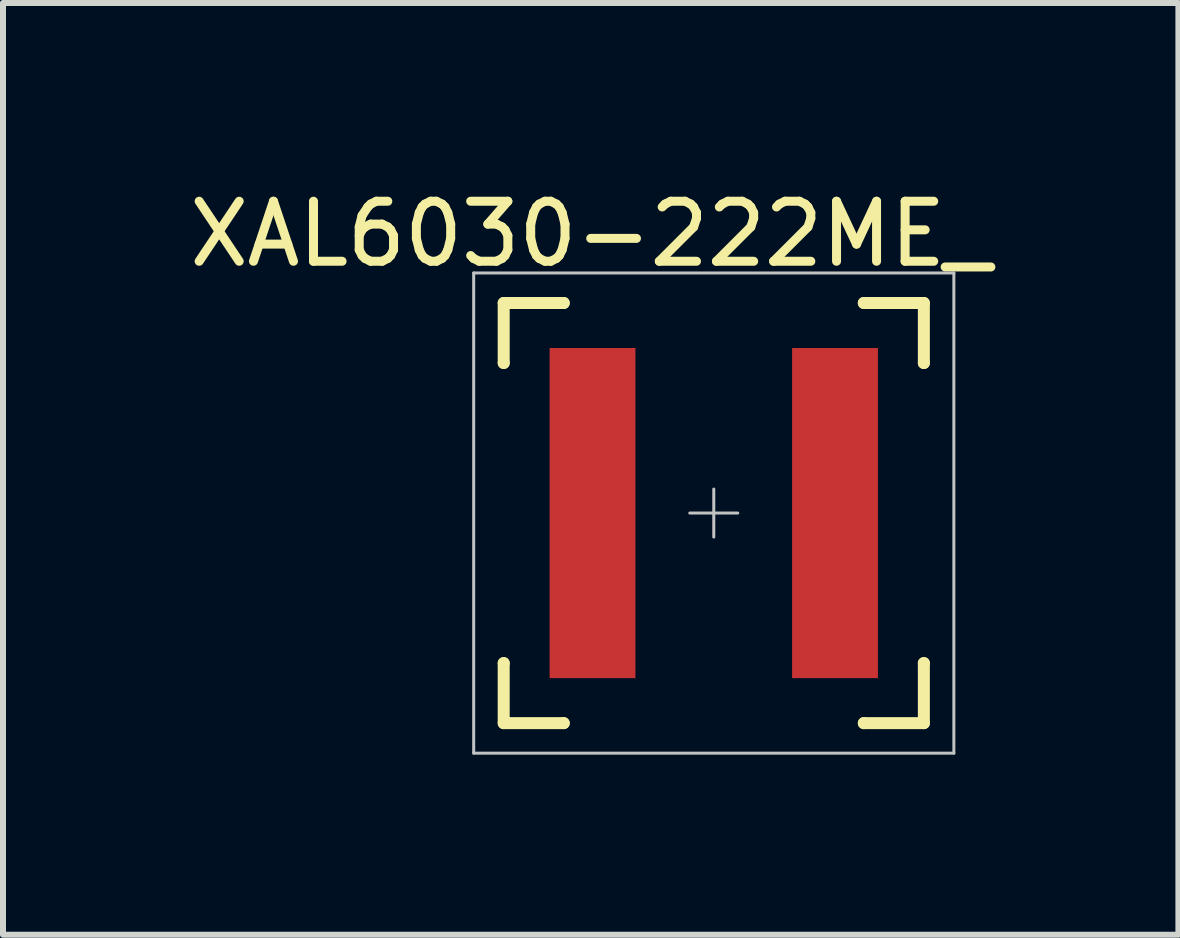
<source format=kicad_pcb>
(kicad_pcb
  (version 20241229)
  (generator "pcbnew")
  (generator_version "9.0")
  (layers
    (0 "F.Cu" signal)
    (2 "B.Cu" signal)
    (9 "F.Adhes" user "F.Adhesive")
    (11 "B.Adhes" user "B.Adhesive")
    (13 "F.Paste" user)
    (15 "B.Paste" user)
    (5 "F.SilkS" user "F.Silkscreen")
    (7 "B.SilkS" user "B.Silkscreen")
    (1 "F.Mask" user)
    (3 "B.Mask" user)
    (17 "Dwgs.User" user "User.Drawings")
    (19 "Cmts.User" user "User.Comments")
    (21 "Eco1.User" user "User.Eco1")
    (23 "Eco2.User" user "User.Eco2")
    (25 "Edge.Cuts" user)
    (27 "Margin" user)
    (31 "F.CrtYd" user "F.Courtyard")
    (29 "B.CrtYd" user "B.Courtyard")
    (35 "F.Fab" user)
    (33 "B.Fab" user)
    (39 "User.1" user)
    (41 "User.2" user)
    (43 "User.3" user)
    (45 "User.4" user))
  (footprint "XAL6030-222ME_"
    (layer "F.Cu")
    (at 8.842 5.498)
    (property "Reference" "XAL6030-222ME_" (at -2.05 -4.65 0) (layer "F.SilkS") (effects (font (size 1 1) (thickness 0.15))))
    (attr through_hole)
    (fp_line (start -3.5 -3.5) (end -3.5 -2.5) (stroke (width 0.2) (type solid)) (layer "F.SilkS"))
    (fp_line (start -3.5 -3.5) (end -2.5 -3.5) (stroke (width 0.2) (type solid)) (layer "F.SilkS"))
    (fp_line (start -3.5 -2.5) (end -3.5 -2.5) (stroke (width 0.2) (type solid)) (layer "F.SilkS"))
    (fp_line (start -3.5 2.5) (end -3.5 2.5) (stroke (width 0.2) (type solid)) (layer "F.SilkS"))
    (fp_line (start -3.5 3.5) (end -3.5 2.5) (stroke (width 0.2) (type solid)) (layer "F.SilkS"))
    (fp_line (start -3.5 3.5) (end -2.5 3.5) (stroke (width 0.2) (type solid)) (layer "F.SilkS"))
    (fp_line (start -2.5 -3.5) (end -2.5 -3.5) (stroke (width 0.2) (type solid)) (layer "F.SilkS"))
    (fp_line (start -2.5 3.5) (end -2.5 3.5) (stroke (width 0.2) (type solid)) (layer "F.SilkS"))
    (fp_line (start 2.5 -3.5) (end 2.5 -3.5) (stroke (width 0.2) (type solid)) (layer "F.SilkS"))
    (fp_line (start 2.5 3.5) (end 2.5 3.5) (stroke (width 0.2) (type solid)) (layer "F.SilkS"))
    (fp_line (start 3.5 -3.5) (end 2.5 -3.5) (stroke (width 0.2) (type solid)) (layer "F.SilkS"))
    (fp_line (start 3.5 -3.5) (end 3.5 -2.5) (stroke (width 0.2) (type solid)) (layer "F.SilkS"))
    (fp_line (start 3.5 -2.5) (end 3.5 -2.5) (stroke (width 0.2) (type solid)) (layer "F.SilkS"))
    (fp_line (start 3.5 2.5) (end 3.5 2.5) (stroke (width 0.2) (type solid)) (layer "F.SilkS"))
    (fp_line (start 3.5 3.5) (end 2.5 3.5) (stroke (width 0.2) (type solid)) (layer "F.SilkS"))
    (fp_line (start 3.5 3.5) (end 3.5 2.5) (stroke (width 0.2) (type solid)) (layer "F.SilkS"))
    (fp_line (start -4 -4) (end -4 4) (stroke (width 0.05) (type solid)) (layer "Dwgs.User"))
    (fp_line (start -4 4) (end 4 4) (stroke (width 0.05) (type solid)) (layer "Dwgs.User"))
    (fp_line (start -0.4 0) (end 0.4 0) (stroke (width 0.05) (type solid)) (layer "Dwgs.User"))
    (fp_line (start 0 0.4) (end 0 -0.4) (stroke (width 0.05) (type solid)) (layer "Dwgs.User"))
    (fp_line (start 4 -4) (end -4 -4) (stroke (width 0.05) (type solid)) (layer "Dwgs.User"))
    (fp_line (start 4 4) (end 4 -4) (stroke (width 0.05) (type solid)) (layer "Dwgs.User"))
    (fp_line (start -3.18 -3.18) (end 3.18 -3.18) (stroke (width 0.2) (type solid)) (layer "Eco1.User"))
    (fp_line (start -3.18 3.18) (end -3.18 -3.18) (stroke (width 0.2) (type solid)) (layer "Eco1.User"))
    (fp_line (start 3.18 -3.18) (end 3.18 3.18) (stroke (width 0.2) (type solid)) (layer "Eco1.User"))
    (fp_line (start 3.18 3.18) (end -3.18 3.18) (stroke (width 0.2) (type solid)) (layer "Eco1.User"))
    (pad "1" smd rect (at -2.02 0) (size 1.43 5.5) (layers "F.Cu" "F.Mask" "F.Paste"))
    (pad "2" smd rect (at 2.02 0) (size 1.43 5.5) (layers "F.Cu" "F.Mask" "F.Paste")))
  (gr_rect
    (start -3 -3)
    (end 16.583 12.523)
    (stroke (width 0.1) (type default))
    (fill no)
    (layer "Edge.Cuts")))
</source>
